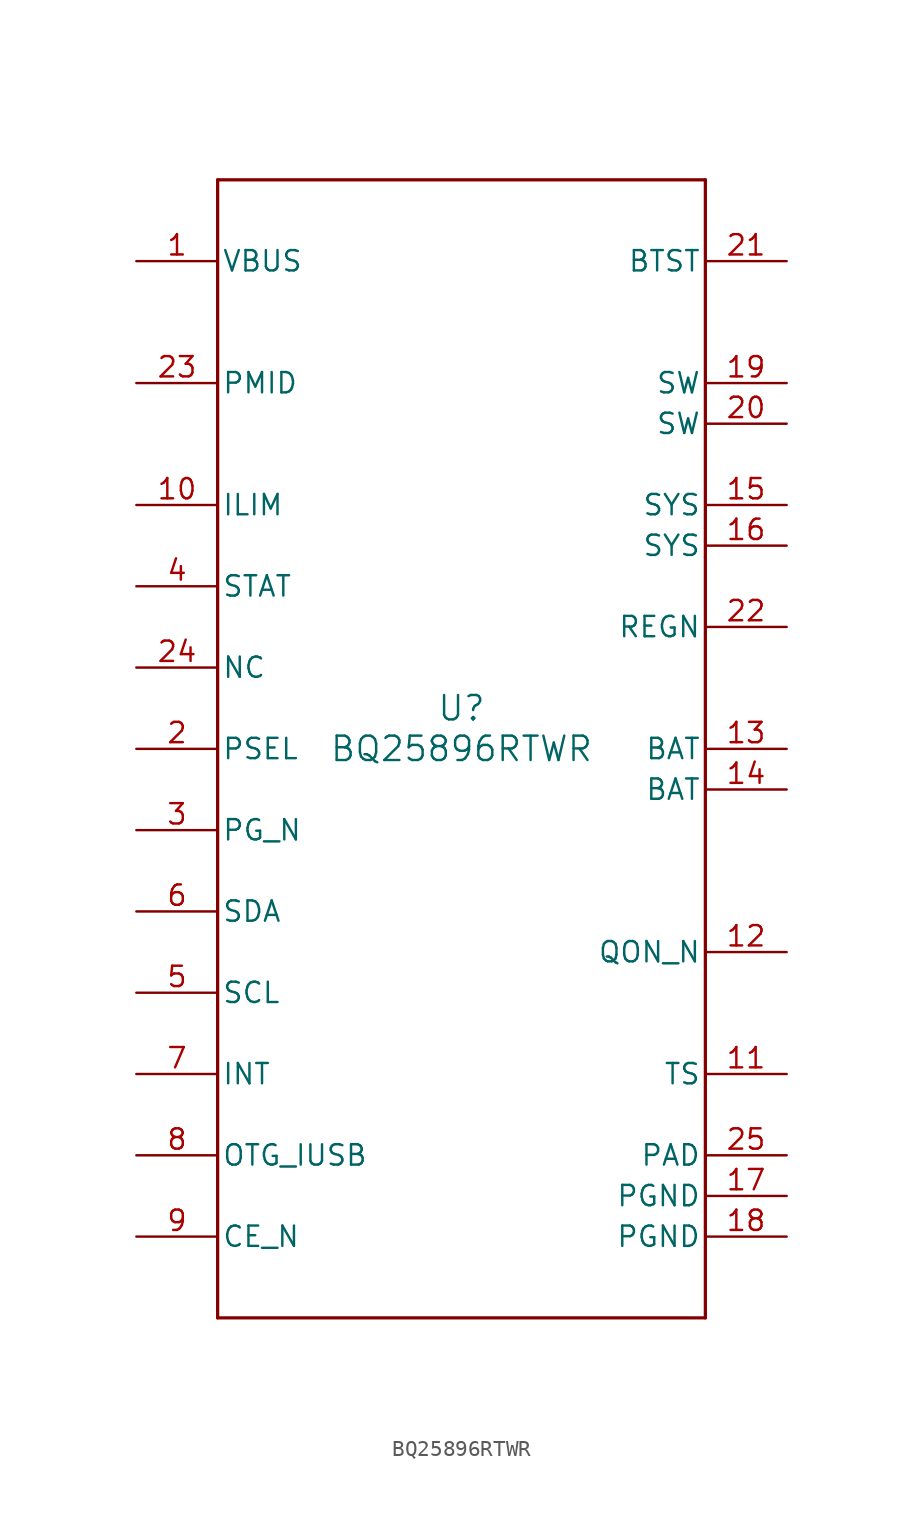
<source format=kicad_sym>
(kicad_symbol_lib
  (version 20211014)
  (generator kicad_symbol_editor)
  (symbol "BQ25896RTWR"
    (pin_names
      (offset 0.254))
    (property "Reference" "U"
      (at 0 2.54 0)
      (effects (font (size 1.524 1.524))))
    (property "Value" "BQ25896RTWR"
      (at 0 0 0)
      (effects (font (size 1.524 1.524))))
    (symbol "BQ25896RTWR_0_1"
      (polyline (pts (xy -15.24 -35.56) (xy 15.24 -35.56)) (stroke (width 0.203) (type default) (color 0 0 0 0)) (fill (type none)))
      (polyline (pts (xy 15.24 -35.56) (xy 15.24 35.56)) (stroke (width 0.203) (type default) (color 0 0 0 0)) (fill (type none)))
      (polyline (pts (xy 15.24 35.56) (xy -15.24 35.56)) (stroke (width 0.203) (type default) (color 0 0 0 0)) (fill (type none)))
      (polyline (pts (xy -15.24 35.56) (xy -15.24 -35.56)) (stroke (width 0.203) (type default) (color 0 0 0 0)) (fill (type none)))
      (pin power_in line (at -20.32 30.48 0) (length 5.08) (name "VBUS" (effects (font (size 1.27 1.27)))) (number "1" (effects (font (size 1.27 1.27)))))
      (pin input line (at -20.32 0 0) (length 5.08) (name "PSEL" (effects (font (size 1.27 1.27)))) (number "2" (effects (font (size 1.27 1.27)))))
      (pin open_collector line (at -20.32 -5.08 0) (length 5.08) (name "PG_N" (effects (font (size 1.27 1.27)))) (number "3" (effects (font (size 1.27 1.27)))))
      (pin open_collector line (at -20.32 10.16 0) (length 5.08) (name "STAT" (effects (font (size 1.27 1.27)))) (number "4" (effects (font (size 1.27 1.27)))))
      (pin input line (at -20.32 -15.24 0) (length 5.08) (name "SCL" (effects (font (size 1.27 1.27)))) (number "5" (effects (font (size 1.27 1.27)))))
      (pin bidirectional line (at -20.32 -10.16 0) (length 5.08) (name "SDA" (effects (font (size 1.27 1.27)))) (number "6" (effects (font (size 1.27 1.27)))))
      (pin bidirectional line (at -20.32 -20.32 0) (length 5.08) (name "INT" (effects (font (size 1.27 1.27)))) (number "7" (effects (font (size 1.27 1.27)))))
      (pin input line (at -20.32 -25.4 0) (length 5.08) (name "OTG_IUSB" (effects (font (size 1.27 1.27)))) (number "8" (effects (font (size 1.27 1.27)))))
      (pin input line (at -20.32 -30.48 0) (length 5.08) (name "CE_N" (effects (font (size 1.27 1.27)))) (number "9" (effects (font (size 1.27 1.27)))))
      (pin input line (at -20.32 15.24 0) (length 5.08) (name "ILIM" (effects (font (size 1.27 1.27)))) (number "10" (effects (font (size 1.27 1.27)))))
      (pin input line (at 20.32 -20.32 180) (length 5.08) (name "TS" (effects (font (size 1.27 1.27)))) (number "11" (effects (font (size 1.27 1.27)))))
      (pin input line (at 20.32 -12.7 180) (length 5.08) (name "QON_N" (effects (font (size 1.27 1.27)))) (number "12" (effects (font (size 1.27 1.27)))))
      (pin power_in line (at 20.32 0 180) (length 5.08) (name "BAT" (effects (font (size 1.27 1.27)))) (number "13" (effects (font (size 1.27 1.27)))))
      (pin power_in line (at 20.32 -2.54 180) (length 5.08) (name "BAT" (effects (font (size 1.27 1.27)))) (number "14" (effects (font (size 1.27 1.27)))))
      (pin input line (at 20.32 15.24 180) (length 5.08) (name "SYS" (effects (font (size 1.27 1.27)))) (number "15" (effects (font (size 1.27 1.27)))))
      (pin input line (at 20.32 12.7 180) (length 5.08) (name "SYS" (effects (font (size 1.27 1.27)))) (number "16" (effects (font (size 1.27 1.27)))))
      (pin power_in line (at 20.32 -27.94 180) (length 5.08) (name "PGND" (effects (font (size 1.27 1.27)))) (number "17" (effects (font (size 1.27 1.27)))))
      (pin power_in line (at 20.32 -30.48 180) (length 5.08) (name "PGND" (effects (font (size 1.27 1.27)))) (number "18" (effects (font (size 1.27 1.27)))))
      (pin power_in line (at 20.32 22.86 180) (length 5.08) (name "SW" (effects (font (size 1.27 1.27)))) (number "19" (effects (font (size 1.27 1.27)))))
      (pin power_in line (at 20.32 20.32 180) (length 5.08) (name "SW" (effects (font (size 1.27 1.27)))) (number "20" (effects (font (size 1.27 1.27)))))
      (pin power_in line (at 20.32 30.48 180) (length 5.08) (name "BTST" (effects (font (size 1.27 1.27)))) (number "21" (effects (font (size 1.27 1.27)))))
      (pin power_in line (at 20.32 7.62 180) (length 5.08) (name "REGN" (effects (font (size 1.27 1.27)))) (number "22" (effects (font (size 1.27 1.27)))))
      (pin output line (at -20.32 22.86 0) (length 5.08) (name "PMID" (effects (font (size 1.27 1.27)))) (number "23" (effects (font (size 1.27 1.27)))))
      (pin unspecified line (at -20.32 5.08 0) (length 5.08) (name "NC" (effects (font (size 1.27 1.27)))) (number "24" (effects (font (size 1.27 1.27)))))
      (pin power_in line (at 20.32 -25.4 180) (length 5.08) (name "PAD" (effects (font (size 1.27 1.27)))) (number "25" (effects (font (size 1.27 1.27))))))))
</source>
